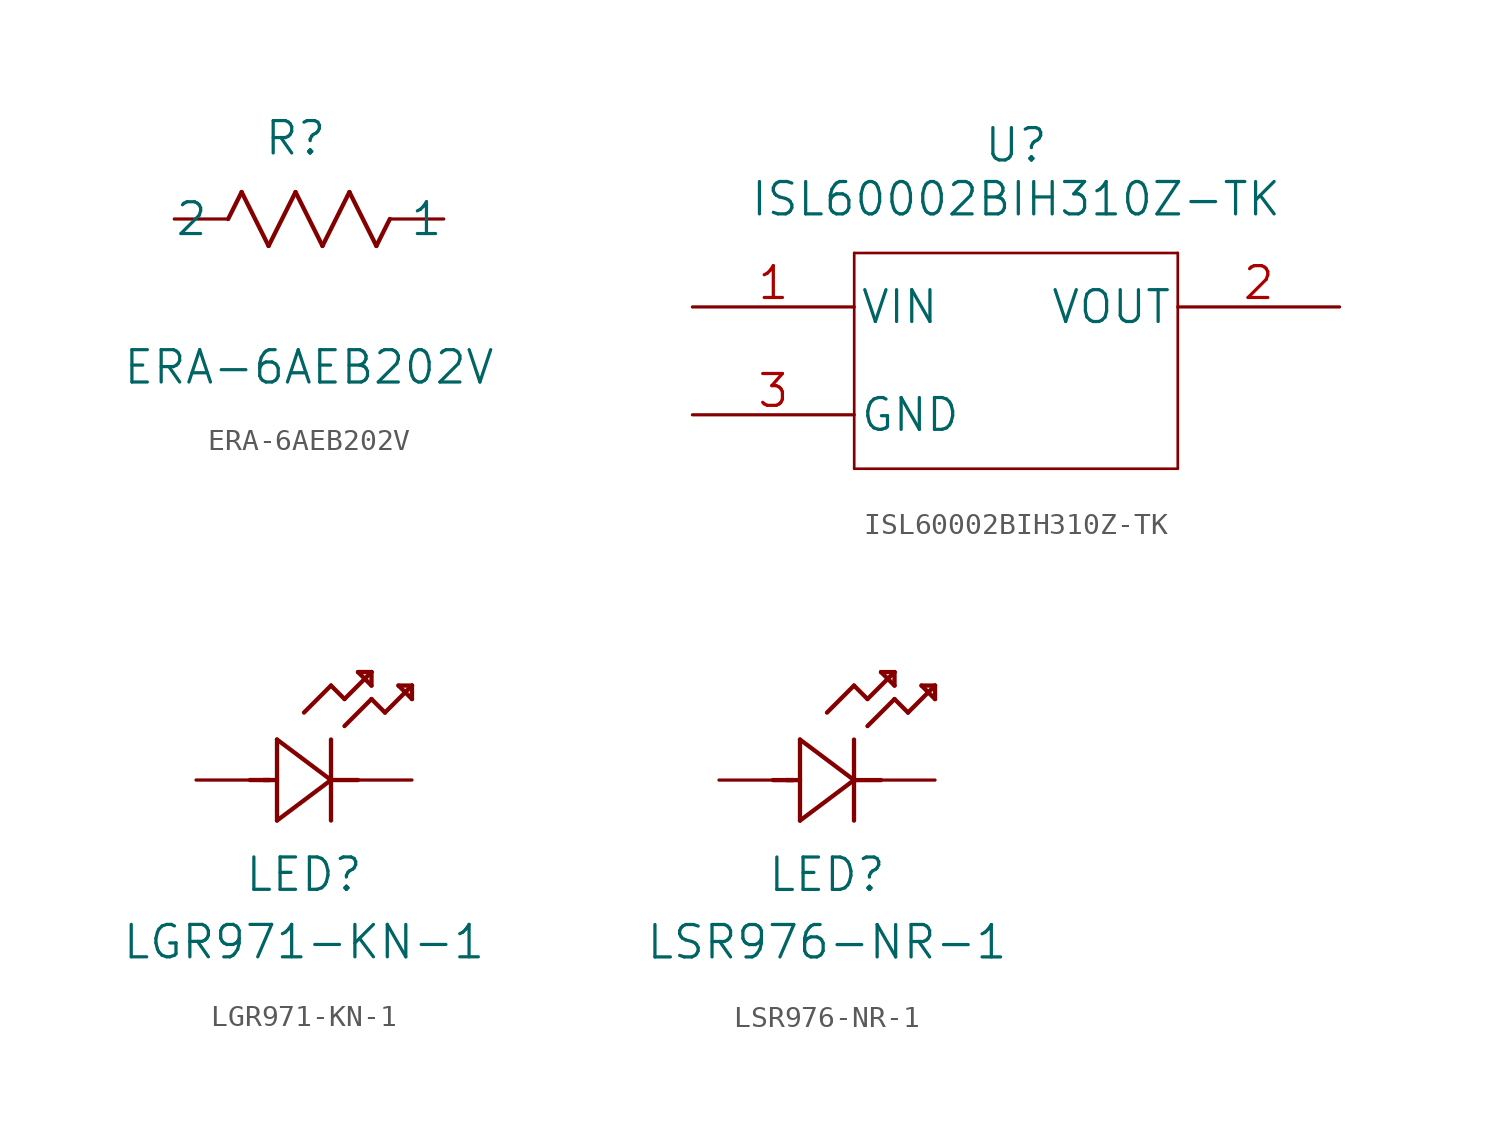
<source format=kicad_sym>
(kicad_symbol_lib
  (version 20220914)
  (generator kicad_symbol_editor)
  (symbol "ERA-6AEB202V"
    (pin_numbers hide)
    (pin_names
      (offset -2.54))
    (property "Reference" "R"
      (at 5.715 3.81 0)
      (effects (font (size 1.524 1.524))))
    (property "Value" "ERA-6AEB202V"
      (at 6.35 -6.985 0)
      (effects (font (size 1.524 1.524))))
    (property "Datasheet" ""
      (at 0 0 0)
      (effects (font (size 1.524 1.524))))
    (property "ki_locked" ""
      (at 0 0 0)
      (effects (font (size 1.27 1.27))))
    (symbol "ERA-6AEB202V_1_1"
      (polyline (pts (xy 2.54 0) (xy 3.175 1.27)) (stroke (width 0.203) (type default)) (fill (type none)))
      (polyline (pts (xy 3.175 1.27) (xy 4.445 -1.27)) (stroke (width 0.203) (type default)) (fill (type none)))
      (polyline (pts (xy 4.445 -1.27) (xy 5.715 1.27)) (stroke (width 0.203) (type default)) (fill (type none)))
      (polyline (pts (xy 5.715 1.27) (xy 6.985 -1.27)) (stroke (width 0.203) (type default)) (fill (type none)))
      (polyline (pts (xy 6.985 -1.27) (xy 8.255 1.27)) (stroke (width 0.203) (type default)) (fill (type none)))
      (polyline (pts (xy 8.255 1.27) (xy 9.525 -1.27)) (stroke (width 0.203) (type default)) (fill (type none)))
      (polyline (pts (xy 9.525 -1.27) (xy 10.16 0)) (stroke (width 0.203) (type default)) (fill (type none)))
      (pin passive line (at 12.7 0 180) (length 2.54) (name "1" (effects (font (size 1.499 1.499)))) (number "1" (effects (font (size 1.499 1.499)))))
      (pin passive line (at 0 0 0) (length 2.54) (name "2" (effects (font (size 1.499 1.499)))) (number "2" (effects (font (size 1.499 1.499)))))))
  (symbol "ISL60002BIH310Z-TK"
    (pin_names
      (offset 0.254))
    (property "Reference" "U"
      (at 15.24 7.62 0)
      (effects (font (size 1.524 1.524))))
    (property "Value" "ISL60002BIH310Z-TK"
      (at 15.24 5.08 0)
      (effects (font (size 1.524 1.524))))
    (property "Datasheet" ""
      (at 0 0 0)
      (effects (font (size 1.524 1.524))))
    (symbol "ISL60002BIH310Z-TK_1_1"
      (polyline (pts (xy 7.62 -7.62) (xy 22.86 -7.62)) (stroke (width 0.127) (type default)) (fill (type none)))
      (polyline (pts (xy 7.62 2.54) (xy 7.62 -7.62)) (stroke (width 0.127) (type default)) (fill (type none)))
      (polyline (pts (xy 22.86 -7.62) (xy 22.86 2.54)) (stroke (width 0.127) (type default)) (fill (type none)))
      (polyline (pts (xy 22.86 2.54) (xy 7.62 2.54)) (stroke (width 0.127) (type default)) (fill (type none)))
      (pin input line (at 0 0 0) (length 7.62) (name "VIN" (effects (font (size 1.499 1.499)))) (number "1" (effects (font (size 1.499 1.499)))))
      (pin output line (at 30.48 0 180) (length 7.62) (name "VOUT" (effects (font (size 1.499 1.499)))) (number "2" (effects (font (size 1.499 1.499)))))
      (pin power_in line (at 0 -5.08 0) (length 7.62) (name "GND" (effects (font (size 1.499 1.499)))) (number "3" (effects (font (size 1.499 1.499)))))))
  (symbol "LGR971-KN-1"
    (pin_numbers hide)
    (pin_names hide)
    (property "Reference" "LED"
      (at 5.08 -4.445 0)
      (effects (font (size 1.524 1.524))))
    (property "Value" "LGR971-KN-1"
      (at 5.08 -7.62 0)
      (effects (font (size 1.524 1.524))))
    (property "Datasheet" ""
      (at 0 0 0)
      (effects (font (size 1.524 1.524))))
    (symbol "LGR971-KN-1_1_1"
      (polyline (pts (xy 2.54 0) (xy 3.48 0)) (stroke (width 0.203) (type default)) (fill (type none)))
      (polyline (pts (xy 3.175 0) (xy 3.81 0)) (stroke (width 0.203) (type default)) (fill (type none)))
      (polyline (pts (xy 3.81 -1.905) (xy 6.35 0)) (stroke (width 0.203) (type default)) (fill (type none)))
      (polyline (pts (xy 3.81 1.905) (xy 3.81 -1.905)) (stroke (width 0.203) (type default)) (fill (type none)))
      (polyline (pts (xy 5.08 3.175) (xy 6.35 4.445)) (stroke (width 0.203) (type default)) (fill (type none)))
      (polyline (pts (xy 6.35 -1.905) (xy 6.35 1.905)) (stroke (width 0.203) (type default)) (fill (type none)))
      (polyline (pts (xy 6.35 0) (xy 3.81 1.905)) (stroke (width 0.203) (type default)) (fill (type none)))
      (polyline (pts (xy 6.35 0) (xy 7.62 0)) (stroke (width 0.203) (type default)) (fill (type none)))
      (polyline (pts (xy 6.35 4.445) (xy 6.985 3.81)) (stroke (width 0.203) (type default)) (fill (type none)))
      (polyline (pts (xy 6.985 2.54) (xy 8.255 3.81)) (stroke (width 0.203) (type default)) (fill (type none)))
      (polyline (pts (xy 6.985 3.81) (xy 8.255 5.08)) (stroke (width 0.203) (type default)) (fill (type none)))
      (polyline (pts (xy 7.62 5.08) (xy 8.255 4.445)) (stroke (width 0.203) (type default)) (fill (type none)))
      (polyline (pts (xy 8.255 3.81) (xy 8.89 3.175)) (stroke (width 0.203) (type default)) (fill (type none)))
      (polyline (pts (xy 8.255 4.445) (xy 8.255 5.08)) (stroke (width 0.203) (type default)) (fill (type none)))
      (polyline (pts (xy 8.255 5.08) (xy 7.62 5.08)) (stroke (width 0.203) (type default)) (fill (type none)))
      (polyline (pts (xy 8.89 3.175) (xy 10.16 4.445)) (stroke (width 0.203) (type default)) (fill (type none)))
      (polyline (pts (xy 9.525 4.445) (xy 10.16 3.81)) (stroke (width 0.203) (type default)) (fill (type none)))
      (polyline (pts (xy 10.16 3.81) (xy 10.16 4.445)) (stroke (width 0.203) (type default)) (fill (type none)))
      (polyline (pts (xy 10.16 4.445) (xy 9.525 4.445)) (stroke (width 0.203) (type default)) (fill (type none)))
      (pin passive line (at 10.16 0 180) (length 2.54) (name "1" (effects (font (size 1.499 1.499)))) (number "1" (effects (font (size 1.499 1.499)))))
      (pin passive line (at 0 0 0) (length 2.54) (name "2" (effects (font (size 1.499 1.499)))) (number "2" (effects (font (size 1.499 1.499)))))))
  (symbol "LSR976-NR-1"
    (pin_numbers hide)
    (pin_names hide)
    (property "Reference" "LED"
      (at 5.08 -4.445 0)
      (effects (font (size 1.524 1.524))))
    (property "Value" "LSR976-NR-1"
      (at 5.08 -7.62 0)
      (effects (font (size 1.524 1.524))))
    (property "Datasheet" ""
      (at 0 0 0)
      (effects (font (size 1.524 1.524))))
    (symbol "LSR976-NR-1_1_1"
      (polyline (pts (xy 2.54 0) (xy 3.48 0)) (stroke (width 0.203) (type default)) (fill (type none)))
      (polyline (pts (xy 3.175 0) (xy 3.81 0)) (stroke (width 0.203) (type default)) (fill (type none)))
      (polyline (pts (xy 3.81 -1.905) (xy 6.35 0)) (stroke (width 0.203) (type default)) (fill (type none)))
      (polyline (pts (xy 3.81 1.905) (xy 3.81 -1.905)) (stroke (width 0.203) (type default)) (fill (type none)))
      (polyline (pts (xy 5.08 3.175) (xy 6.35 4.445)) (stroke (width 0.203) (type default)) (fill (type none)))
      (polyline (pts (xy 6.35 -1.905) (xy 6.35 1.905)) (stroke (width 0.203) (type default)) (fill (type none)))
      (polyline (pts (xy 6.35 0) (xy 3.81 1.905)) (stroke (width 0.203) (type default)) (fill (type none)))
      (polyline (pts (xy 6.35 0) (xy 7.62 0)) (stroke (width 0.203) (type default)) (fill (type none)))
      (polyline (pts (xy 6.35 4.445) (xy 6.985 3.81)) (stroke (width 0.203) (type default)) (fill (type none)))
      (polyline (pts (xy 6.985 2.54) (xy 8.255 3.81)) (stroke (width 0.203) (type default)) (fill (type none)))
      (polyline (pts (xy 6.985 3.81) (xy 8.255 5.08)) (stroke (width 0.203) (type default)) (fill (type none)))
      (polyline (pts (xy 7.62 5.08) (xy 8.255 4.445)) (stroke (width 0.203) (type default)) (fill (type none)))
      (polyline (pts (xy 8.255 3.81) (xy 8.89 3.175)) (stroke (width 0.203) (type default)) (fill (type none)))
      (polyline (pts (xy 8.255 4.445) (xy 8.255 5.08)) (stroke (width 0.203) (type default)) (fill (type none)))
      (polyline (pts (xy 8.255 5.08) (xy 7.62 5.08)) (stroke (width 0.203) (type default)) (fill (type none)))
      (polyline (pts (xy 8.89 3.175) (xy 10.16 4.445)) (stroke (width 0.203) (type default)) (fill (type none)))
      (polyline (pts (xy 9.525 4.445) (xy 10.16 3.81)) (stroke (width 0.203) (type default)) (fill (type none)))
      (polyline (pts (xy 10.16 3.81) (xy 10.16 4.445)) (stroke (width 0.203) (type default)) (fill (type none)))
      (polyline (pts (xy 10.16 4.445) (xy 9.525 4.445)) (stroke (width 0.203) (type default)) (fill (type none)))
      (pin passive line (at 10.16 0 180) (length 2.54) (name "1" (effects (font (size 1.499 1.499)))) (number "1" (effects (font (size 1.499 1.499)))))
      (pin passive line (at 0 0 0) (length 2.54) (name "2" (effects (font (size 1.499 1.499)))) (number "2" (effects (font (size 1.499 1.499))))))))
</source>
